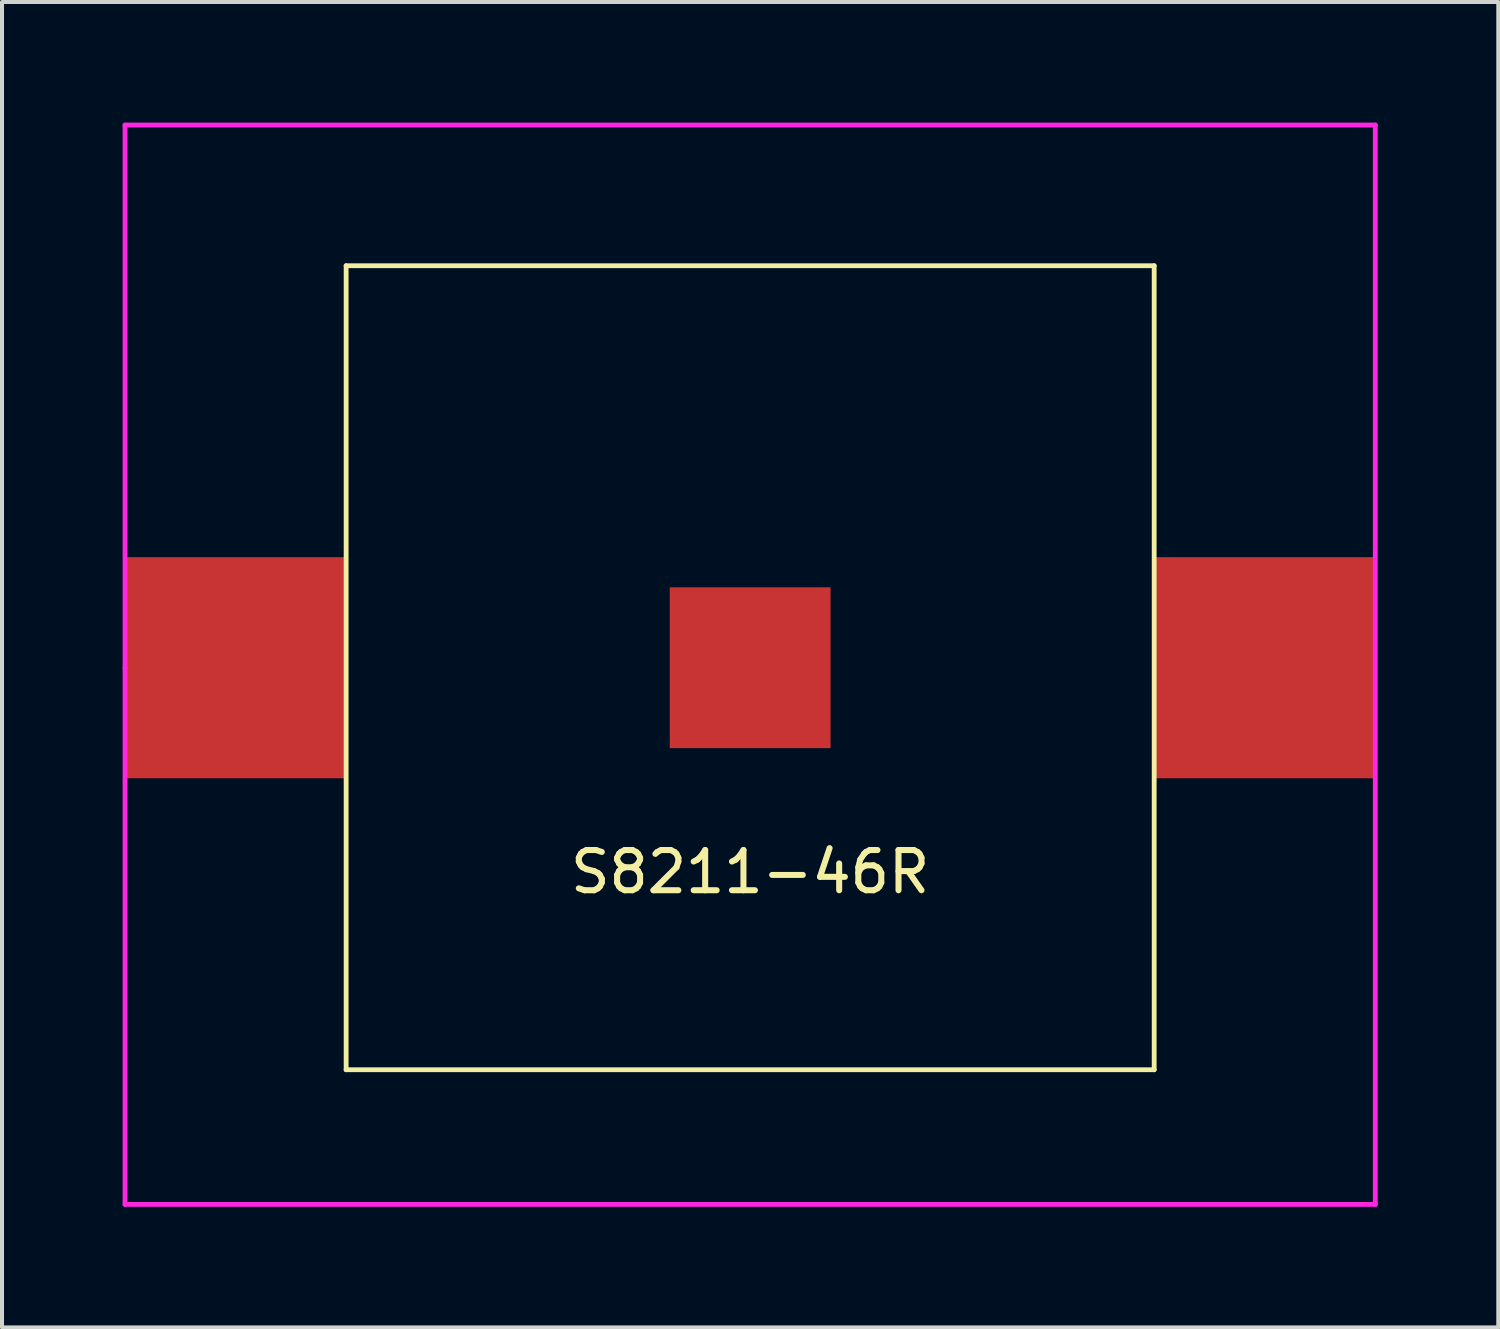
<source format=kicad_pcb>
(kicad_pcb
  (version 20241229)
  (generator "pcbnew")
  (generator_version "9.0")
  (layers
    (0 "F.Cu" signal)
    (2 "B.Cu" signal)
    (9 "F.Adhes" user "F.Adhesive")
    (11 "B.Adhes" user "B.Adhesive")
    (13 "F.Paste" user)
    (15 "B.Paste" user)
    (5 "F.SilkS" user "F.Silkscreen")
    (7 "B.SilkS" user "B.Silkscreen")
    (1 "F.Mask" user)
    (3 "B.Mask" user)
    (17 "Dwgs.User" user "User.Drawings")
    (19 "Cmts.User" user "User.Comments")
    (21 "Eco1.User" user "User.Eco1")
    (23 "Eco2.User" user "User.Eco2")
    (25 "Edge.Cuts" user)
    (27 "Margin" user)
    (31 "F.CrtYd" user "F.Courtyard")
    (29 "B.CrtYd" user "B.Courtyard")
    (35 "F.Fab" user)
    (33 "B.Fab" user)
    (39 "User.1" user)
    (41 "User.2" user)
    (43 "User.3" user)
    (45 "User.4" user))
  (footprint "S8211-46R"
    (layer "F.Cu")
    (at 15.61 13.56)
    (property "Reference" "S8211-46R" (at 0 5.08 0) (layer "F.SilkS") (effects (font (size 1 1) (thickness 0.15))))
    (attr through_hole)
    (fp_line (start -10.05 -10) (end 10.05 -10) (stroke (width 0.12) (type solid)) (layer "F.SilkS"))
    (fp_line (start -10.05 10) (end -10.05 -10) (stroke (width 0.12) (type solid)) (layer "F.SilkS"))
    (fp_line (start 10.05 -10) (end 10.05 10) (stroke (width 0.12) (type solid)) (layer "F.SilkS"))
    (fp_line (start 10.05 10) (end -10.05 10) (stroke (width 0.12) (type solid)) (layer "F.SilkS"))
    (fp_line (start -15.55 -13.5) (end 15.55 -13.5) (stroke (width 0.12) (type solid)) (layer "F.CrtYd"))
    (fp_line (start -15.55 0) (end -15.55 -13.5) (stroke (width 0.12) (type solid)) (layer "F.CrtYd"))
    (fp_line (start -15.55 13.35) (end -15.55 0) (stroke (width 0.12) (type solid)) (layer "F.CrtYd"))
    (fp_line (start 15.55 -13.5) (end 15.55 13.35) (stroke (width 0.12) (type solid)) (layer "F.CrtYd"))
    (fp_line (start 15.55 13.35) (end -15.55 13.35) (stroke (width 0.12) (type solid)) (layer "F.CrtYd"))
    (pad "1" smd rect (at -12.8 0) (size 5.5 5.5) (layers "F.Cu" "F.Mask" "F.Paste"))
    (pad "1" smd rect (at 12.8 0) (size 5.5 5.5) (layers "F.Cu" "F.Mask" "F.Paste"))
    (pad "2" smd rect (at 0 0) (size 4 4) (layers "F.Cu" "F.Mask" "F.Paste")))
  (gr_rect
    (start -3 -3)
    (end 34.22 29.97)
    (stroke (width 0.1) (type default))
    (fill no)
    (layer "Edge.Cuts")))
</source>
